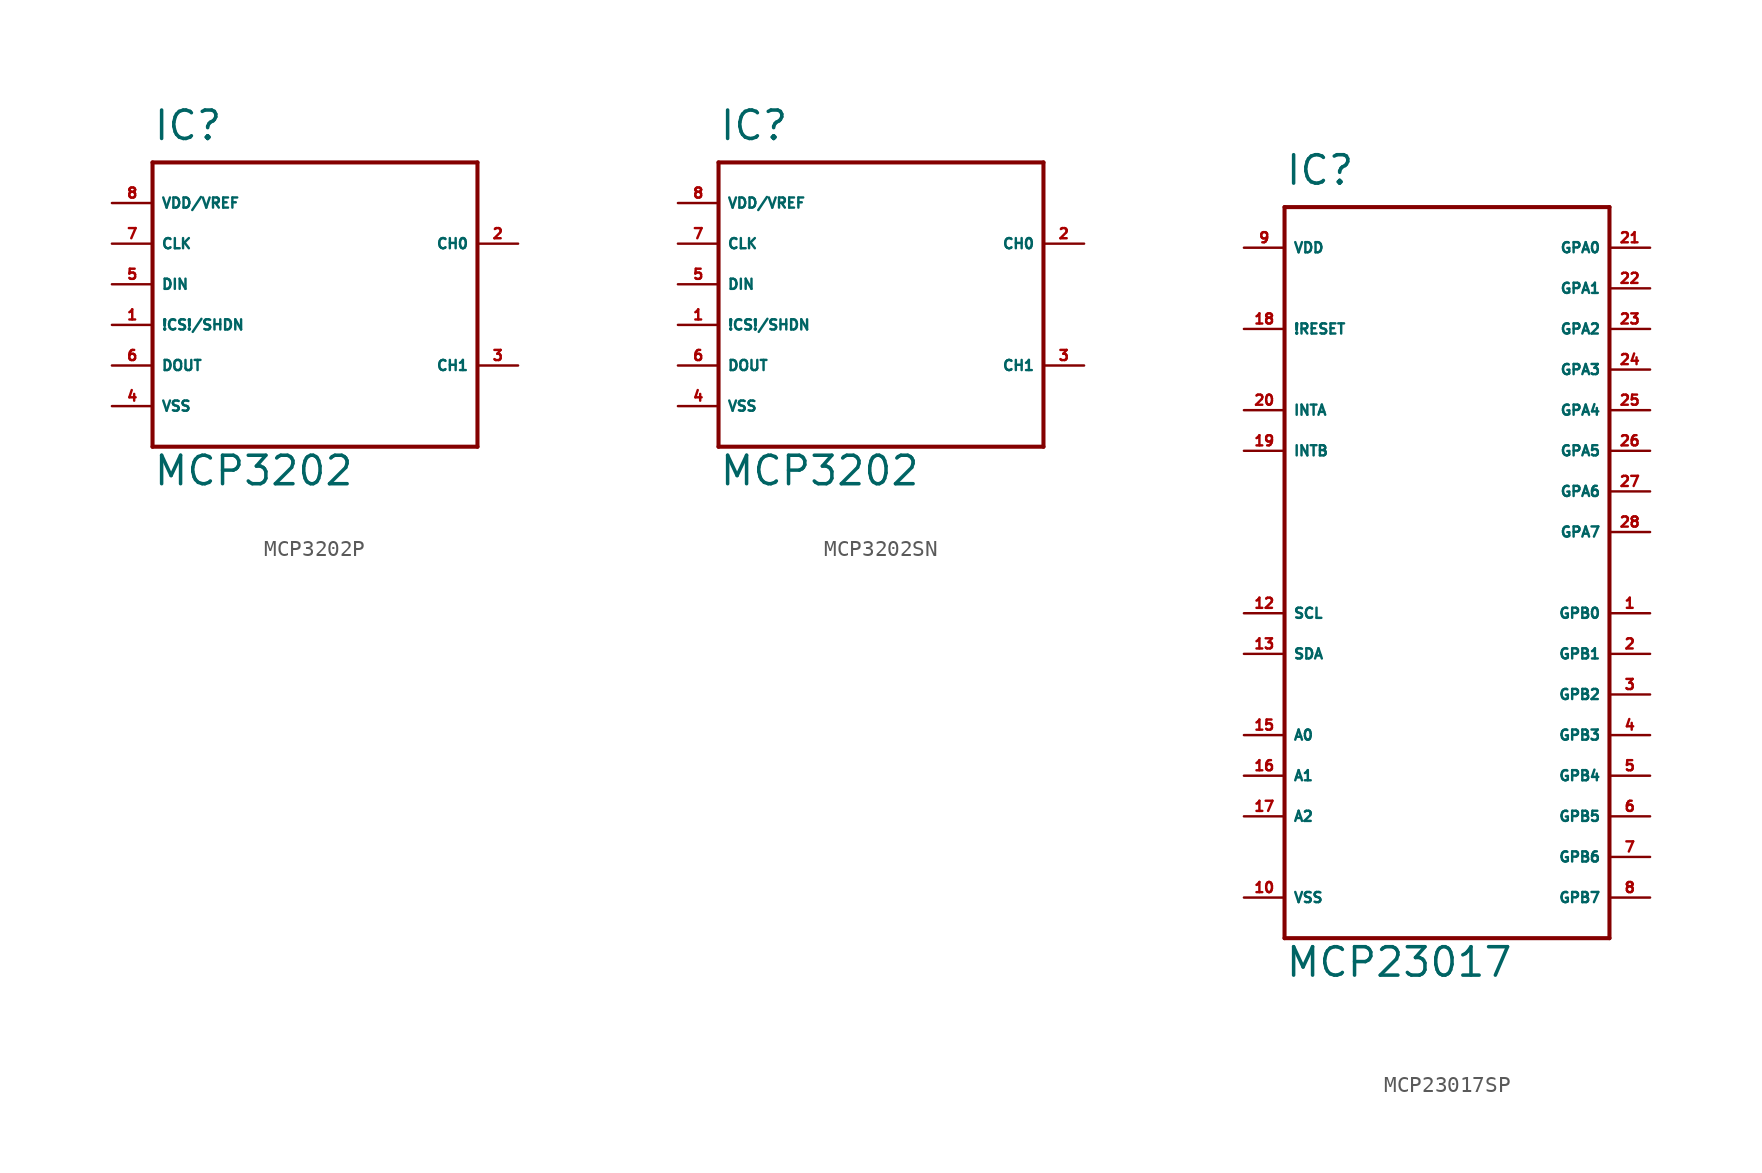
<source format=kicad_sym>
(kicad_symbol_lib
  (version 20220914)
  (generator Eagle2Kicad)
  (symbol "MCP3202P"
    (property "Reference" "IC"
      (at -10.16 8.89 0)
      (effects (font (size 1.778 1.778) (thickness 0.22)) (justify left bottom)))
    (property "Value" "MCP3202"
      (at -10.16 -12.7 0)
      (effects (font (size 1.778 1.778) (thickness 0.22)) (justify left bottom)))
    (polyline
      (pts (xy -10.16 7.62) (xy 10.16 7.62))
      (stroke (width 0.254) (type default))
      (fill (type none)))
    (polyline
      (pts (xy 10.16 7.62) (xy 10.16 -10.16))
      (stroke (width 0.254) (type default))
      (fill (type none)))
    (polyline
      (pts (xy 10.16 -10.16) (xy -10.16 -10.16))
      (stroke (width 0.254) (type default))
      (fill (type none)))
    (polyline
      (pts (xy -10.16 -10.16) (xy -10.16 7.62))
      (stroke (width 0.254) (type default))
      (fill (type none)))
    (pin input line
      (at -12.7 -2.54 0)
      (length 2.54)
      (name "!CS!/SHDN" (effects (font (size 0.635 0.635) (thickness 0.08)) (justify left bottom)))
      (number "1" (effects (font (size 0.635 0.635) (thickness 0.08)) (justify left bottom))))
    (pin input line
      (at 12.7 2.54 180)
      (length 2.54)
      (name "CH0" (effects (font (size 0.635 0.635) (thickness 0.08)) (justify left bottom)))
      (number "2" (effects (font (size 0.635 0.635) (thickness 0.08)) (justify left bottom))))
    (pin input line
      (at 12.7 -5.08 180)
      (length 2.54)
      (name "CH1" (effects (font (size 0.635 0.635) (thickness 0.08)) (justify left bottom)))
      (number "3" (effects (font (size 0.635 0.635) (thickness 0.08)) (justify left bottom))))
    (pin input line
      (at -12.7 -7.62 0)
      (length 2.54)
      (name "VSS" (effects (font (size 0.635 0.635) (thickness 0.08)) (justify left bottom)))
      (number "4" (effects (font (size 0.635 0.635) (thickness 0.08)) (justify left bottom))))
    (pin input line
      (at -12.7 0 0)
      (length 2.54)
      (name "DIN" (effects (font (size 0.635 0.635) (thickness 0.08)) (justify left bottom)))
      (number "5" (effects (font (size 0.635 0.635) (thickness 0.08)) (justify left bottom))))
    (pin input line
      (at -12.7 -5.08 0)
      (length 2.54)
      (name "DOUT" (effects (font (size 0.635 0.635) (thickness 0.08)) (justify left bottom)))
      (number "6" (effects (font (size 0.635 0.635) (thickness 0.08)) (justify left bottom))))
    (pin input line
      (at -12.7 2.54 0)
      (length 2.54)
      (name "CLK" (effects (font (size 0.635 0.635) (thickness 0.08)) (justify left bottom)))
      (number "7" (effects (font (size 0.635 0.635) (thickness 0.08)) (justify left bottom))))
    (pin input line
      (at -12.7 5.08 0)
      (length 2.54)
      (name "VDD/VREF" (effects (font (size 0.635 0.635) (thickness 0.08)) (justify left bottom)))
      (number "8" (effects (font (size 0.635 0.635) (thickness 0.08)) (justify left bottom)))))
  (symbol "MCP3202SN"
    (property "Reference" "IC"
      (at -10.16 8.89 0)
      (effects (font (size 1.778 1.778) (thickness 0.22)) (justify left bottom)))
    (property "Value" "MCP3202"
      (at -10.16 -12.7 0)
      (effects (font (size 1.778 1.778) (thickness 0.22)) (justify left bottom)))
    (polyline
      (pts (xy -10.16 7.62) (xy 10.16 7.62))
      (stroke (width 0.254) (type default))
      (fill (type none)))
    (polyline
      (pts (xy 10.16 7.62) (xy 10.16 -10.16))
      (stroke (width 0.254) (type default))
      (fill (type none)))
    (polyline
      (pts (xy 10.16 -10.16) (xy -10.16 -10.16))
      (stroke (width 0.254) (type default))
      (fill (type none)))
    (polyline
      (pts (xy -10.16 -10.16) (xy -10.16 7.62))
      (stroke (width 0.254) (type default))
      (fill (type none)))
    (pin input line
      (at -12.7 -2.54 0)
      (length 2.54)
      (name "!CS!/SHDN" (effects (font (size 0.635 0.635) (thickness 0.08)) (justify left bottom)))
      (number "1" (effects (font (size 0.635 0.635) (thickness 0.08)) (justify left bottom))))
    (pin input line
      (at 12.7 2.54 180)
      (length 2.54)
      (name "CH0" (effects (font (size 0.635 0.635) (thickness 0.08)) (justify left bottom)))
      (number "2" (effects (font (size 0.635 0.635) (thickness 0.08)) (justify left bottom))))
    (pin input line
      (at 12.7 -5.08 180)
      (length 2.54)
      (name "CH1" (effects (font (size 0.635 0.635) (thickness 0.08)) (justify left bottom)))
      (number "3" (effects (font (size 0.635 0.635) (thickness 0.08)) (justify left bottom))))
    (pin input line
      (at -12.7 -7.62 0)
      (length 2.54)
      (name "VSS" (effects (font (size 0.635 0.635) (thickness 0.08)) (justify left bottom)))
      (number "4" (effects (font (size 0.635 0.635) (thickness 0.08)) (justify left bottom))))
    (pin input line
      (at -12.7 0 0)
      (length 2.54)
      (name "DIN" (effects (font (size 0.635 0.635) (thickness 0.08)) (justify left bottom)))
      (number "5" (effects (font (size 0.635 0.635) (thickness 0.08)) (justify left bottom))))
    (pin input line
      (at -12.7 -5.08 0)
      (length 2.54)
      (name "DOUT" (effects (font (size 0.635 0.635) (thickness 0.08)) (justify left bottom)))
      (number "6" (effects (font (size 0.635 0.635) (thickness 0.08)) (justify left bottom))))
    (pin input line
      (at -12.7 2.54 0)
      (length 2.54)
      (name "CLK" (effects (font (size 0.635 0.635) (thickness 0.08)) (justify left bottom)))
      (number "7" (effects (font (size 0.635 0.635) (thickness 0.08)) (justify left bottom))))
    (pin input line
      (at -12.7 5.08 0)
      (length 2.54)
      (name "VDD/VREF" (effects (font (size 0.635 0.635) (thickness 0.08)) (justify left bottom)))
      (number "8" (effects (font (size 0.635 0.635) (thickness 0.08)) (justify left bottom)))))
  (symbol "MCP23017SP"
    (property "Reference" "IC"
      (at -10.16 24.13 0)
      (effects (font (size 1.778 1.778) (thickness 0.22)) (justify left bottom)))
    (property "Value" "MCP23017"
      (at -10.16 -25.4 0)
      (effects (font (size 1.778 1.778) (thickness 0.22)) (justify left bottom)))
    (polyline
      (pts (xy -10.16 22.86) (xy 10.16 22.86))
      (stroke (width 0.254) (type default))
      (fill (type none)))
    (polyline
      (pts (xy 10.16 22.86) (xy 10.16 -22.86))
      (stroke (width 0.254) (type default))
      (fill (type none)))
    (polyline
      (pts (xy 10.16 -22.86) (xy -10.16 -22.86))
      (stroke (width 0.254) (type default))
      (fill (type none)))
    (polyline
      (pts (xy -10.16 -22.86) (xy -10.16 22.86))
      (stroke (width 0.254) (type default))
      (fill (type none)))
    (pin input line
      (at -12.7 -2.54 0)
      (length 2.54)
      (name "SCL" (effects (font (size 0.635 0.635) (thickness 0.08)) (justify left bottom)))
      (number "12" (effects (font (size 0.635 0.635) (thickness 0.08)) (justify left bottom))))
    (pin bidirectional line
      (at -12.7 -5.08 0)
      (length 2.54)
      (name "SDA" (effects (font (size 0.635 0.635) (thickness 0.08)) (justify left bottom)))
      (number "13" (effects (font (size 0.635 0.635) (thickness 0.08)) (justify left bottom))))
    (pin input line
      (at -12.7 -10.16 0)
      (length 2.54)
      (name "A0" (effects (font (size 0.635 0.635) (thickness 0.08)) (justify left bottom)))
      (number "15" (effects (font (size 0.635 0.635) (thickness 0.08)) (justify left bottom))))
    (pin input line
      (at -12.7 -12.7 0)
      (length 2.54)
      (name "A1" (effects (font (size 0.635 0.635) (thickness 0.08)) (justify left bottom)))
      (number "16" (effects (font (size 0.635 0.635) (thickness 0.08)) (justify left bottom))))
    (pin input line
      (at -12.7 -15.24 0)
      (length 2.54)
      (name "A2" (effects (font (size 0.635 0.635) (thickness 0.08)) (justify left bottom)))
      (number "17" (effects (font (size 0.635 0.635) (thickness 0.08)) (justify left bottom))))
    (pin input line
      (at -12.7 15.24 0)
      (length 2.54)
      (name "!RESET" (effects (font (size 0.635 0.635) (thickness 0.08)) (justify left bottom)))
      (number "18" (effects (font (size 0.635 0.635) (thickness 0.08)) (justify left bottom))))
    (pin output line
      (at -12.7 10.16 0)
      (length 2.54)
      (name "INTA" (effects (font (size 0.635 0.635) (thickness 0.08)) (justify left bottom)))
      (number "20" (effects (font (size 0.635 0.635) (thickness 0.08)) (justify left bottom))))
    (pin output line
      (at -12.7 7.62 0)
      (length 2.54)
      (name "INTB" (effects (font (size 0.635 0.635) (thickness 0.08)) (justify left bottom)))
      (number "19" (effects (font (size 0.635 0.635) (thickness 0.08)) (justify left bottom))))
    (pin bidirectional line
      (at 12.7 -2.54 180)
      (length 2.54)
      (name "GPB0" (effects (font (size 0.635 0.635) (thickness 0.08)) (justify left bottom)))
      (number "1" (effects (font (size 0.635 0.635) (thickness 0.08)) (justify left bottom))))
    (pin bidirectional line
      (at 12.7 -5.08 180)
      (length 2.54)
      (name "GPB1" (effects (font (size 0.635 0.635) (thickness 0.08)) (justify left bottom)))
      (number "2" (effects (font (size 0.635 0.635) (thickness 0.08)) (justify left bottom))))
    (pin bidirectional line
      (at 12.7 -7.62 180)
      (length 2.54)
      (name "GPB2" (effects (font (size 0.635 0.635) (thickness 0.08)) (justify left bottom)))
      (number "3" (effects (font (size 0.635 0.635) (thickness 0.08)) (justify left bottom))))
    (pin bidirectional line
      (at 12.7 -10.16 180)
      (length 2.54)
      (name "GPB3" (effects (font (size 0.635 0.635) (thickness 0.08)) (justify left bottom)))
      (number "4" (effects (font (size 0.635 0.635) (thickness 0.08)) (justify left bottom))))
    (pin bidirectional line
      (at 12.7 -12.7 180)
      (length 2.54)
      (name "GPB4" (effects (font (size 0.635 0.635) (thickness 0.08)) (justify left bottom)))
      (number "5" (effects (font (size 0.635 0.635) (thickness 0.08)) (justify left bottom))))
    (pin bidirectional line
      (at 12.7 -15.24 180)
      (length 2.54)
      (name "GPB5" (effects (font (size 0.635 0.635) (thickness 0.08)) (justify left bottom)))
      (number "6" (effects (font (size 0.635 0.635) (thickness 0.08)) (justify left bottom))))
    (pin bidirectional line
      (at 12.7 -17.78 180)
      (length 2.54)
      (name "GPB6" (effects (font (size 0.635 0.635) (thickness 0.08)) (justify left bottom)))
      (number "7" (effects (font (size 0.635 0.635) (thickness 0.08)) (justify left bottom))))
    (pin bidirectional line
      (at 12.7 -20.32 180)
      (length 2.54)
      (name "GPB7" (effects (font (size 0.635 0.635) (thickness 0.08)) (justify left bottom)))
      (number "8" (effects (font (size 0.635 0.635) (thickness 0.08)) (justify left bottom))))
    (pin bidirectional line
      (at 12.7 20.32 180)
      (length 2.54)
      (name "GPA0" (effects (font (size 0.635 0.635) (thickness 0.08)) (justify left bottom)))
      (number "21" (effects (font (size 0.635 0.635) (thickness 0.08)) (justify left bottom))))
    (pin bidirectional line
      (at 12.7 17.78 180)
      (length 2.54)
      (name "GPA1" (effects (font (size 0.635 0.635) (thickness 0.08)) (justify left bottom)))
      (number "22" (effects (font (size 0.635 0.635) (thickness 0.08)) (justify left bottom))))
    (pin bidirectional line
      (at 12.7 15.24 180)
      (length 2.54)
      (name "GPA2" (effects (font (size 0.635 0.635) (thickness 0.08)) (justify left bottom)))
      (number "23" (effects (font (size 0.635 0.635) (thickness 0.08)) (justify left bottom))))
    (pin bidirectional line
      (at 12.7 12.7 180)
      (length 2.54)
      (name "GPA3" (effects (font (size 0.635 0.635) (thickness 0.08)) (justify left bottom)))
      (number "24" (effects (font (size 0.635 0.635) (thickness 0.08)) (justify left bottom))))
    (pin bidirectional line
      (at 12.7 10.16 180)
      (length 2.54)
      (name "GPA4" (effects (font (size 0.635 0.635) (thickness 0.08)) (justify left bottom)))
      (number "25" (effects (font (size 0.635 0.635) (thickness 0.08)) (justify left bottom))))
    (pin bidirectional line
      (at 12.7 7.62 180)
      (length 2.54)
      (name "GPA5" (effects (font (size 0.635 0.635) (thickness 0.08)) (justify left bottom)))
      (number "26" (effects (font (size 0.635 0.635) (thickness 0.08)) (justify left bottom))))
    (pin bidirectional line
      (at 12.7 5.08 180)
      (length 2.54)
      (name "GPA6" (effects (font (size 0.635 0.635) (thickness 0.08)) (justify left bottom)))
      (number "27" (effects (font (size 0.635 0.635) (thickness 0.08)) (justify left bottom))))
    (pin bidirectional line
      (at 12.7 2.54 180)
      (length 2.54)
      (name "GPA7" (effects (font (size 0.635 0.635) (thickness 0.08)) (justify left bottom)))
      (number "28" (effects (font (size 0.635 0.635) (thickness 0.08)) (justify left bottom))))
    (pin unspecified line
      (at -12.7 20.32 0)
      (length 2.54)
      (name "VDD" (effects (font (size 0.635 0.635) (thickness 0.08)) (justify left bottom)))
      (number "9" (effects (font (size 0.635 0.635) (thickness 0.08)) (justify left bottom))))
    (pin unspecified line
      (at -12.7 -20.32 0)
      (length 2.54)
      (name "VSS" (effects (font (size 0.635 0.635) (thickness 0.08)) (justify left bottom)))
      (number "10" (effects (font (size 0.635 0.635) (thickness 0.08)) (justify left bottom))))))
</source>
